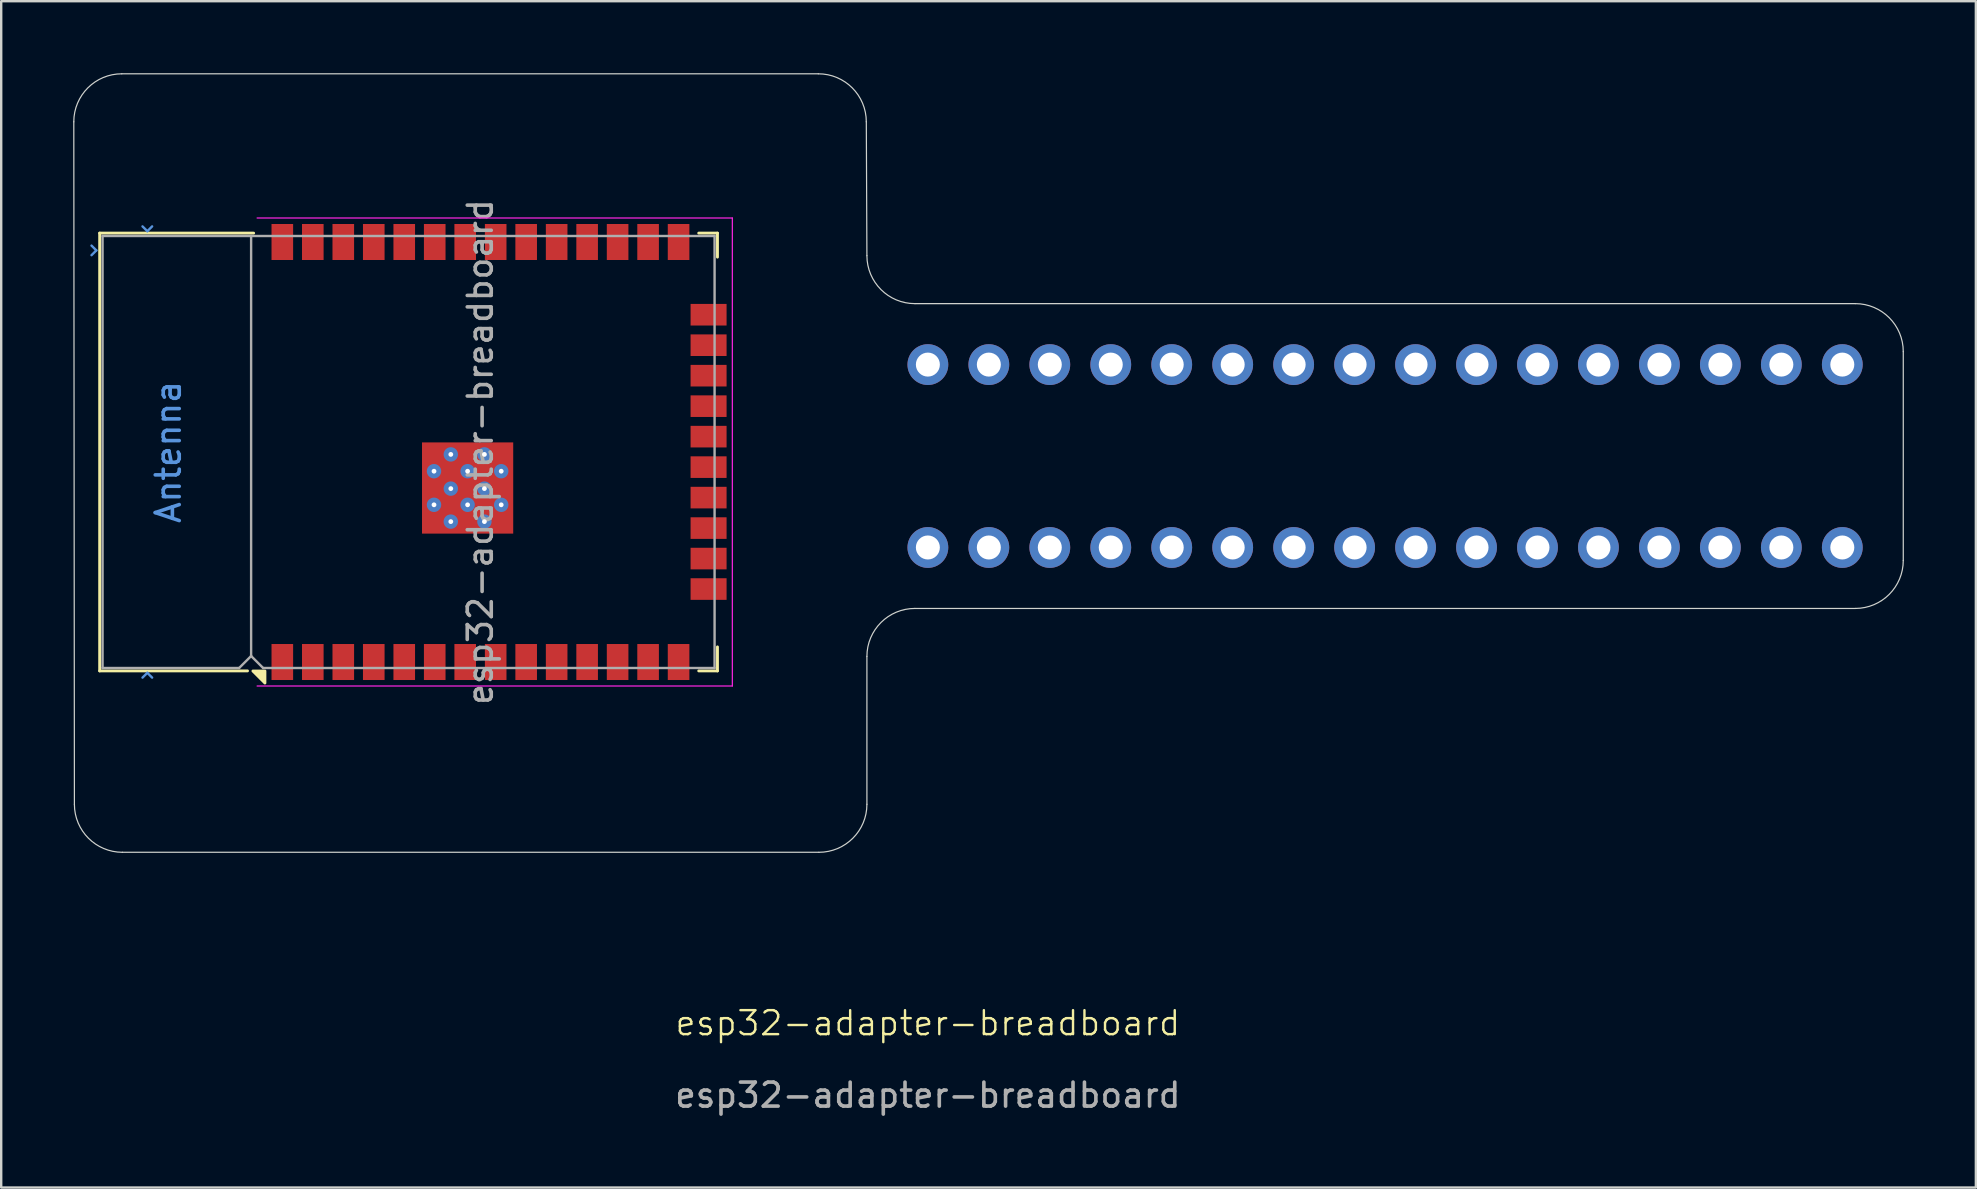
<source format=kicad_pcb>
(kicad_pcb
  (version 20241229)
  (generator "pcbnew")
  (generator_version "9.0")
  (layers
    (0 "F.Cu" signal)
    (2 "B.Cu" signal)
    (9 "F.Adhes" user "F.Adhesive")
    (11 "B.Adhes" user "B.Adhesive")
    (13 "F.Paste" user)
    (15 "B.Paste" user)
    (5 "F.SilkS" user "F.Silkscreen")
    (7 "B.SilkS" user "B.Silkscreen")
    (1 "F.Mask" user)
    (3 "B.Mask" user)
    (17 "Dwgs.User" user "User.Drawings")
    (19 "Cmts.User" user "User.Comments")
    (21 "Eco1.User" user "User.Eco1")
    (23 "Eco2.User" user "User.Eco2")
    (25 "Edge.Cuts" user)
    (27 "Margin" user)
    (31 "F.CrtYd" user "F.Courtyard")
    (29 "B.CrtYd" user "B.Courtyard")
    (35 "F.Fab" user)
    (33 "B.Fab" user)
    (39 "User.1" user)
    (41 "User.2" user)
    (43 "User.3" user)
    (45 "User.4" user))
  (footprint "esp32-adapter-breadboard"
    (layer "F.Cu")
    (at 35.61 40.081)
    (property "Reference" "esp32-adapter-breadboard" (at 0 -0.5 0) (unlocked yes) (layer "F.SilkS") (effects (font (size 1 1) (thickness 0.1))))
    (attr through_hole)
    (fp_line (start -34.507 -33.418) (end -28.092 -33.418) (stroke (width 0.12) (type solid)) (layer "F.SilkS"))
    (fp_line (start -34.507 -15.178) (end -34.507 -33.418) (stroke (width 0.12) (type solid)) (layer "F.SilkS"))
    (fp_line (start -34.507 -15.178) (end -28.347 -15.178) (stroke (width 0.12) (type solid)) (layer "F.SilkS"))
    (fp_line (start -9.547 -33.418) (end -8.767 -33.418) (stroke (width 0.12) (type solid)) (layer "F.SilkS"))
    (fp_line (start -9.547 -15.178) (end -8.767 -15.178) (stroke (width 0.12) (type solid)) (layer "F.SilkS"))
    (fp_line (start -8.767 -33.418) (end -8.767 -32.418) (stroke (width 0.12) (type solid)) (layer "F.SilkS"))
    (fp_line (start -8.767 -15.178) (end -8.767 -16.178) (stroke (width 0.12) (type solid)) (layer "F.SilkS"))
    (fp_poly (pts (xy -27.622 -15.173) (xy -27.622 -14.673) (xy -28.122 -15.173) (xy -27.622 -15.173)) (stroke (width 0.12) (type solid)) (fill yes) (layer "F.SilkS"))
    (fp_line (start -34.647 -32.698) (end -34.847 -32.898) (stroke (width 0.1) (type solid)) (layer "Cmts.User"))
    (fp_line (start -34.647 -32.698) (end -34.847 -32.498) (stroke (width 0.1) (type solid)) (layer "Cmts.User"))
    (fp_line (start -32.522 -33.498) (end -32.722 -33.698) (stroke (width 0.1) (type solid)) (layer "Cmts.User"))
    (fp_line (start -32.522 -33.498) (end -32.322 -33.698) (stroke (width 0.1) (type solid)) (layer "Cmts.User"))
    (fp_line (start -32.522 -15.098) (end -32.722 -14.898) (stroke (width 0.1) (type solid)) (layer "Cmts.User"))
    (fp_line (start -32.522 -15.098) (end -32.322 -14.898) (stroke (width 0.1) (type solid)) (layer "Cmts.User"))
    (fp_line (start -35.585 -38.056) (end -35.56 -9.62) (stroke (width 0.05) (type default)) (layer "Edge.Cuts"))
    (fp_line (start -33.56 -7.62) (end -4.54 -7.62) (stroke (width 0.05) (type default)) (layer "Edge.Cuts"))
    (fp_line (start -4.565 -40.056) (end -33.585 -40.056) (stroke (width 0.05) (type default)) (layer "Edge.Cuts"))
    (fp_line (start -2.54 -32.48) (end -2.565 -38.056) (stroke (width 0.05) (type default)) (layer "Edge.Cuts"))
    (fp_line (start -2.54 -9.62) (end -2.54 -15.78) (stroke (width 0.05) (type default)) (layer "Edge.Cuts"))
    (fp_line (start 38.64 -30.48) (end -0.54 -30.48) (stroke (width 0.05) (type default)) (layer "Edge.Cuts"))
    (fp_line (start 38.64 -17.78) (end -0.54 -17.78) (stroke (width 0.05) (type default)) (layer "Edge.Cuts"))
    (fp_line (start 40.64 -19.78) (end 40.64 -28.48) (stroke (width 0.05) (type default)) (layer "Edge.Cuts"))
    (fp_arc (start -35.5854 -38.0558) (mid -34.999614 -39.470014) (end -33.5854 -40.0558) (stroke (width 0.05) (type default)) (layer "Edge.Cuts"))
    (fp_arc (start -33.56 -7.62) (mid -34.974214 -8.205786) (end -35.56 -9.62) (stroke (width 0.05) (type default)) (layer "Edge.Cuts"))
    (fp_arc (start -4.5654 -40.0558) (mid -3.151186 -39.470014) (end -2.5654 -38.0558) (stroke (width 0.05) (type default)) (layer "Edge.Cuts"))
    (fp_arc (start -2.54 -15.78) (mid -1.954214 -17.194214) (end -0.54 -17.78) (stroke (width 0.05) (type default)) (layer "Edge.Cuts"))
    (fp_arc (start -2.54 -9.62) (mid -3.125786 -8.205786) (end -4.54 -7.62) (stroke (width 0.05) (type default)) (layer "Edge.Cuts"))
    (fp_arc (start -0.54 -30.48) (mid -1.954214 -31.065786) (end -2.54 -32.48) (stroke (width 0.05) (type default)) (layer "Edge.Cuts"))
    (fp_arc (start 38.64 -30.48) (mid 40.054214 -29.894214) (end 40.64 -28.48) (stroke (width 0.05) (type default)) (layer "Edge.Cuts"))
    (fp_arc (start 40.64 -19.78) (mid 40.054214 -18.365786) (end 38.64 -17.78) (stroke (width 0.05) (type default)) (layer "Edge.Cuts"))
    (fp_line (start -27.947 -34.048) (end -8.147 -34.048) (stroke (width 0.05) (type solid)) (layer "F.CrtYd"))
    (fp_line (start -8.147 -14.548) (end -27.947 -14.548) (stroke (width 0.05) (type solid)) (layer "F.CrtYd"))
    (fp_line (start -8.147 -14.548) (end -8.147 -34.048) (stroke (width 0.05) (type solid)) (layer "F.CrtYd"))
    (fp_line (start -34.387 -15.298) (end -34.387 -33.298) (stroke (width 0.1) (type solid)) (layer "F.Fab"))
    (fp_line (start -34.387 -15.298) (end -28.697 -15.298) (stroke (width 0.1) (type solid)) (layer "F.Fab"))
    (fp_line (start -28.197 -15.798) (end -28.697 -15.298) (stroke (width 0.1) (type solid)) (layer "F.Fab"))
    (fp_line (start -28.197 -15.798) (end -28.197 -33.298) (stroke (width 0.1) (type solid)) (layer "F.Fab"))
    (fp_line (start -27.697 -15.298) (end -28.197 -15.798) (stroke (width 0.1) (type solid)) (layer "F.Fab"))
    (fp_line (start -27.697 -15.298) (end -8.887 -15.298) (stroke (width 0.1) (type solid)) (layer "F.Fab"))
    (fp_line (start -8.887 -33.298) (end -34.387 -33.298) (stroke (width 0.1) (type solid)) (layer "F.Fab"))
    (fp_line (start -8.887 -15.298) (end -8.887 -33.298) (stroke (width 0.1) (type solid)) (layer "F.Fab"))
    (fp_text user "Antenna" (at -31.647 -24.298 90) (layer "Cmts.User") (effects (font (size 1 1) (thickness 0.15))))
    (fp_text user "${REFERENCE}" (at -18.647 -24.298 90) (layer "F.Fab") (effects (font (size 1 1) (thickness 0.15))))
    (fp_text user "${REFERENCE}" (at 0 2.5 0) (unlocked yes) (layer "F.Fab") (effects (font (size 1 1) (thickness 0.15))))
    (pad "1" smd rect (at -26.897 -15.548 90) (size 1.5 0.9) (layers "F.Cu" "F.Mask" "F.Paste"))
    (pad "2" smd rect (at -25.627 -15.548 90) (size 1.5 0.9) (layers "F.Cu" "F.Mask" "F.Paste"))
    (pad "2" thru_hole oval (at 0 -27.94) (size 1.7 1.7) (drill 1) (layers "*.Cu" "*.Mask"))
    (pad "2" thru_hole oval (at 0 -20.32) (size 1.7 1.7) (drill 1) (layers "*.Cu" "*.Mask"))
    (pad "2" thru_hole oval (at 2.54 -27.94) (size 1.7 1.7) (drill 1) (layers "*.Cu" "*.Mask"))
    (pad "2" thru_hole oval (at 2.54 -20.32) (size 1.7 1.7) (drill 1) (layers "*.Cu" "*.Mask"))
    (pad "2" thru_hole oval (at 5.08 -27.94) (size 1.7 1.7) (drill 1) (layers "*.Cu" "*.Mask"))
    (pad "2" thru_hole oval (at 5.08 -20.32) (size 1.7 1.7) (drill 1) (layers "*.Cu" "*.Mask"))
    (pad "2" thru_hole oval (at 7.62 -27.94) (size 1.7 1.7) (drill 1) (layers "*.Cu" "*.Mask"))
    (pad "2" thru_hole oval (at 7.62 -20.32) (size 1.7 1.7) (drill 1) (layers "*.Cu" "*.Mask"))
    (pad "2" thru_hole oval (at 10.16 -27.94) (size 1.7 1.7) (drill 1) (layers "*.Cu" "*.Mask"))
    (pad "2" thru_hole oval (at 10.16 -20.32) (size 1.7 1.7) (drill 1) (layers "*.Cu" "*.Mask"))
    (pad "2" thru_hole oval (at 12.7 -27.94) (size 1.7 1.7) (drill 1) (layers "*.Cu" "*.Mask"))
    (pad "2" thru_hole oval (at 12.7 -20.32) (size 1.7 1.7) (drill 1) (layers "*.Cu" "*.Mask"))
    (pad "2" thru_hole oval (at 15.24 -27.94) (size 1.7 1.7) (drill 1) (layers "*.Cu" "*.Mask"))
    (pad "2" thru_hole oval (at 15.24 -20.32) (size 1.7 1.7) (drill 1) (layers "*.Cu" "*.Mask"))
    (pad "2" thru_hole oval (at 17.78 -27.94) (size 1.7 1.7) (drill 1) (layers "*.Cu" "*.Mask"))
    (pad "2" thru_hole oval (at 17.78 -20.32) (size 1.7 1.7) (drill 1) (layers "*.Cu" "*.Mask"))
    (pad "2" thru_hole oval (at 20.32 -27.94) (size 1.7 1.7) (drill 1) (layers "*.Cu" "*.Mask"))
    (pad "2" thru_hole oval (at 20.32 -20.32) (size 1.7 1.7) (drill 1) (layers "*.Cu" "*.Mask"))
    (pad "2" thru_hole oval (at 22.86 -27.94) (size 1.7 1.7) (drill 1) (layers "*.Cu" "*.Mask"))
    (pad "2" thru_hole oval (at 22.86 -20.32) (size 1.7 1.7) (drill 1) (layers "*.Cu" "*.Mask"))
    (pad "2" thru_hole oval (at 25.4 -27.94) (size 1.7 1.7) (drill 1) (layers "*.Cu" "*.Mask"))
    (pad "2" thru_hole oval (at 25.4 -20.32) (size 1.7 1.7) (drill 1) (layers "*.Cu" "*.Mask"))
    (pad "2" thru_hole oval (at 27.94 -27.94) (size 1.7 1.7) (drill 1) (layers "*.Cu" "*.Mask"))
    (pad "2" thru_hole oval (at 27.94 -20.32) (size 1.7 1.7) (drill 1) (layers "*.Cu" "*.Mask"))
    (pad "2" thru_hole oval (at 30.48 -27.94) (size 1.7 1.7) (drill 1) (layers "*.Cu" "*.Mask"))
    (pad "2" thru_hole oval (at 30.48 -20.32) (size 1.7 1.7) (drill 1) (layers "*.Cu" "*.Mask"))
    (pad "2" thru_hole oval (at 33.02 -27.94) (size 1.7 1.7) (drill 1) (layers "*.Cu" "*.Mask"))
    (pad "2" thru_hole oval (at 33.02 -20.32) (size 1.7 1.7) (drill 1) (layers "*.Cu" "*.Mask"))
    (pad "2" thru_hole oval (at 35.56 -27.94) (size 1.7 1.7) (drill 1) (layers "*.Cu" "*.Mask"))
    (pad "2" thru_hole oval (at 35.56 -20.32) (size 1.7 1.7) (drill 1) (layers "*.Cu" "*.Mask"))
    (pad "2" thru_hole oval (at 38.1 -27.94) (size 1.7 1.7) (drill 1) (layers "*.Cu" "*.Mask"))
    (pad "2" thru_hole oval (at 38.1 -20.32) (size 1.7 1.7) (drill 1) (layers "*.Cu" "*.Mask"))
    (pad "3" smd rect (at -24.357 -15.548 90) (size 1.5 0.9) (layers "F.Cu" "F.Mask" "F.Paste"))
    (pad "4" smd rect (at -23.087 -15.548 90) (size 1.5 0.9) (layers "F.Cu" "F.Mask" "F.Paste"))
    (pad "5" smd rect (at -21.817 -15.548 90) (size 1.5 0.9) (layers "F.Cu" "F.Mask" "F.Paste"))
    (pad "6" smd rect (at -20.547 -15.548 90) (size 1.5 0.9) (layers "F.Cu" "F.Mask" "F.Paste"))
    (pad "7" smd rect (at -19.277 -15.548 90) (size 1.5 0.9) (layers "F.Cu" "F.Mask" "F.Paste"))
    (pad "8" smd rect (at -18.007 -15.548 90) (size 1.5 0.9) (layers "F.Cu" "F.Mask" "F.Paste"))
    (pad "9" smd rect (at -16.737 -15.548 90) (size 1.5 0.9) (layers "F.Cu" "F.Mask" "F.Paste"))
    (pad "10" smd rect (at -15.467 -15.548 90) (size 1.5 0.9) (layers "F.Cu" "F.Mask" "F.Paste"))
    (pad "11" smd rect (at -14.197 -15.548 90) (size 1.5 0.9) (layers "F.Cu" "F.Mask" "F.Paste"))
    (pad "12" smd rect (at -12.927 -15.548 90) (size 1.5 0.9) (layers "F.Cu" "F.Mask" "F.Paste"))
    (pad "13" smd rect (at -11.657 -15.548 90) (size 1.5 0.9) (layers "F.Cu" "F.Mask" "F.Paste"))
    (pad "14" smd rect (at -10.387 -15.548 90) (size 1.5 0.9) (layers "F.Cu" "F.Mask" "F.Paste"))
    (pad "15" smd rect (at -9.137 -18.588 180) (size 1.5 0.9) (layers "F.Cu" "F.Mask" "F.Paste"))
    (pad "16" smd rect (at -9.137 -19.858 180) (size 1.5 0.9) (layers "F.Cu" "F.Mask" "F.Paste"))
    (pad "17" smd rect (at -9.137 -21.128 180) (size 1.5 0.9) (layers "F.Cu" "F.Mask" "F.Paste"))
    (pad "18" smd rect (at -9.137 -22.398 180) (size 1.5 0.9) (layers "F.Cu" "F.Mask" "F.Paste"))
    (pad "19" smd rect (at -9.137 -23.668 180) (size 1.5 0.9) (layers "F.Cu" "F.Mask" "F.Paste"))
    (pad "20" smd rect (at -9.137 -24.938 180) (size 1.5 0.9) (layers "F.Cu" "F.Mask" "F.Paste"))
    (pad "21" smd rect (at -9.137 -26.208 180) (size 1.5 0.9) (layers "F.Cu" "F.Mask" "F.Paste"))
    (pad "22" smd rect (at -9.137 -27.478 180) (size 1.5 0.9) (layers "F.Cu" "F.Mask" "F.Paste"))
    (pad "23" smd rect (at -9.137 -28.748 180) (size 1.5 0.9) (layers "F.Cu" "F.Mask" "F.Paste"))
    (pad "24" smd rect (at -9.137 -30.018 180) (size 1.5 0.9) (layers "F.Cu" "F.Mask" "F.Paste"))
    (pad "25" smd rect (at -10.387 -33.048 90) (size 1.5 0.9) (layers "F.Cu" "F.Mask" "F.Paste"))
    (pad "26" smd rect (at -11.657 -33.048 90) (size 1.5 0.9) (layers "F.Cu" "F.Mask" "F.Paste"))
    (pad "27" smd rect (at -12.927 -33.048 90) (size 1.5 0.9) (layers "F.Cu" "F.Mask" "F.Paste"))
    (pad "28" smd rect (at -14.197 -33.048 90) (size 1.5 0.9) (layers "F.Cu" "F.Mask" "F.Paste"))
    (pad "29" smd rect (at -15.467 -33.048 90) (size 1.5 0.9) (layers "F.Cu" "F.Mask" "F.Paste"))
    (pad "30" smd rect (at -16.737 -33.048 90) (size 1.5 0.9) (layers "F.Cu" "F.Mask" "F.Paste"))
    (pad "31" smd rect (at -18.007 -33.048 90) (size 1.5 0.9) (layers "F.Cu" "F.Mask" "F.Paste"))
    (pad "32" smd rect (at -19.277 -33.048 90) (size 1.5 0.9) (layers "F.Cu" "F.Mask" "F.Paste"))
    (pad "33" smd rect (at -20.547 -33.048 90) (size 1.5 0.9) (layers "F.Cu" "F.Mask" "F.Paste"))
    (pad "34" smd rect (at -21.817 -33.048 90) (size 1.5 0.9) (layers "F.Cu" "F.Mask" "F.Paste"))
    (pad "35" smd rect (at -23.087 -33.048 90) (size 1.5 0.9) (layers "F.Cu" "F.Mask" "F.Paste"))
    (pad "36" smd rect (at -24.357 -33.048 90) (size 1.5 0.9) (layers "F.Cu" "F.Mask" "F.Paste"))
    (pad "37" smd rect (at -25.627 -33.048 90) (size 1.5 0.9) (layers "F.Cu" "F.Mask" "F.Paste"))
    (pad "38" smd rect (at -26.897 -33.048 90) (size 1.5 0.9) (layers "F.Cu" "F.Mask" "F.Paste"))
    (pad "39" smd rect (at -20.577 -24.198 90) (size 0.9 0.9) (layers "F.Cu" "F.Paste"))
    (pad "39" thru_hole circle (at -20.577 -23.498 90) (size 0.6 0.6) (drill 0.2) (property pad_prop_heatsink) (layers "*.Cu" "F.Mask"))
    (pad "39" smd rect (at -20.577 -22.798 90) (size 0.9 0.9) (layers "F.Cu" "F.Paste"))
    (pad "39" thru_hole circle (at -20.577 -22.098 90) (size 0.6 0.6) (drill 0.2) (property pad_prop_heatsink) (layers "*.Cu" "F.Mask"))
    (pad "39" smd rect (at -20.577 -21.398 90) (size 0.9 0.9) (layers "F.Cu" "F.Paste"))
    (pad "39" thru_hole circle (at -19.877 -24.198 90) (size 0.6 0.6) (drill 0.2) (property pad_prop_heatsink) (layers "*.Cu" "F.Mask"))
    (pad "39" thru_hole circle (at -19.877 -22.773 90) (size 0.6 0.6) (drill 0.2) (property pad_prop_heatsink) (layers "*.Cu" "F.Mask"))
    (pad "39" thru_hole circle (at -19.877 -21.398 90) (size 0.6 0.6) (drill 0.2) (property pad_prop_heatsink) (layers "*.Cu" "F.Mask"))
    (pad "39" smd rect (at -19.177 -24.198 90) (size 0.9 0.9) (layers "F.Cu" "F.Paste"))
    (pad "39" thru_hole circle (at -19.177 -23.498 90) (size 0.6 0.6) (drill 0.2) (property pad_prop_heatsink) (layers "*.Cu" "F.Mask"))
    (pad "39" smd rect (at -19.177 -22.798 90) (size 0.9 0.9) (layers "F.Cu" "F.Paste"))
    (pad "39" smd rect (at -19.177 -22.798 90) (size 3.8 3.8) (layers "F.Cu" "F.Mask"))
    (pad "39" thru_hole circle (at -19.177 -22.098 90) (size 0.6 0.6) (drill 0.2) (property pad_prop_heatsink) (layers "*.Cu" "F.Mask"))
    (pad "39" smd rect (at -19.177 -21.398 90) (size 0.9 0.9) (layers "F.Cu" "F.Paste"))
    (pad "39" thru_hole circle (at -18.477 -24.198 90) (size 0.6 0.6) (drill 0.2) (property pad_prop_heatsink) (layers "*.Cu" "F.Mask"))
    (pad "39" thru_hole circle (at -18.477 -22.773 90) (size 0.6 0.6) (drill 0.2) (property pad_prop_heatsink) (layers "*.Cu" "F.Mask"))
    (pad "39" thru_hole circle (at -18.477 -21.398 90) (size 0.6 0.6) (drill 0.2) (property pad_prop_heatsink) (layers "*.Cu" "F.Mask"))
    (pad "39" smd rect (at -17.777 -24.198 90) (size 0.9 0.9) (layers "F.Cu" "F.Paste"))
    (pad "39" thru_hole circle (at -17.777 -23.498 90) (size 0.6 0.6) (drill 0.2) (property pad_prop_heatsink) (layers "*.Cu" "F.Mask"))
    (pad "39" smd rect (at -17.777 -22.798 90) (size 0.9 0.9) (layers "F.Cu" "F.Paste"))
    (pad "39" thru_hole circle (at -17.777 -22.098 90) (size 0.6 0.6) (drill 0.2) (property pad_prop_heatsink) (layers "*.Cu" "F.Mask"))
    (pad "39" smd rect (at -17.777 -21.398 90) (size 0.9 0.9) (layers "F.Cu" "F.Paste")))
  (gr_rect
    (start -3 -3)
    (end 79.275 46.429)
    (stroke (width 0.1) (type default))
    (fill no)
    (layer "Edge.Cuts")))
</source>
